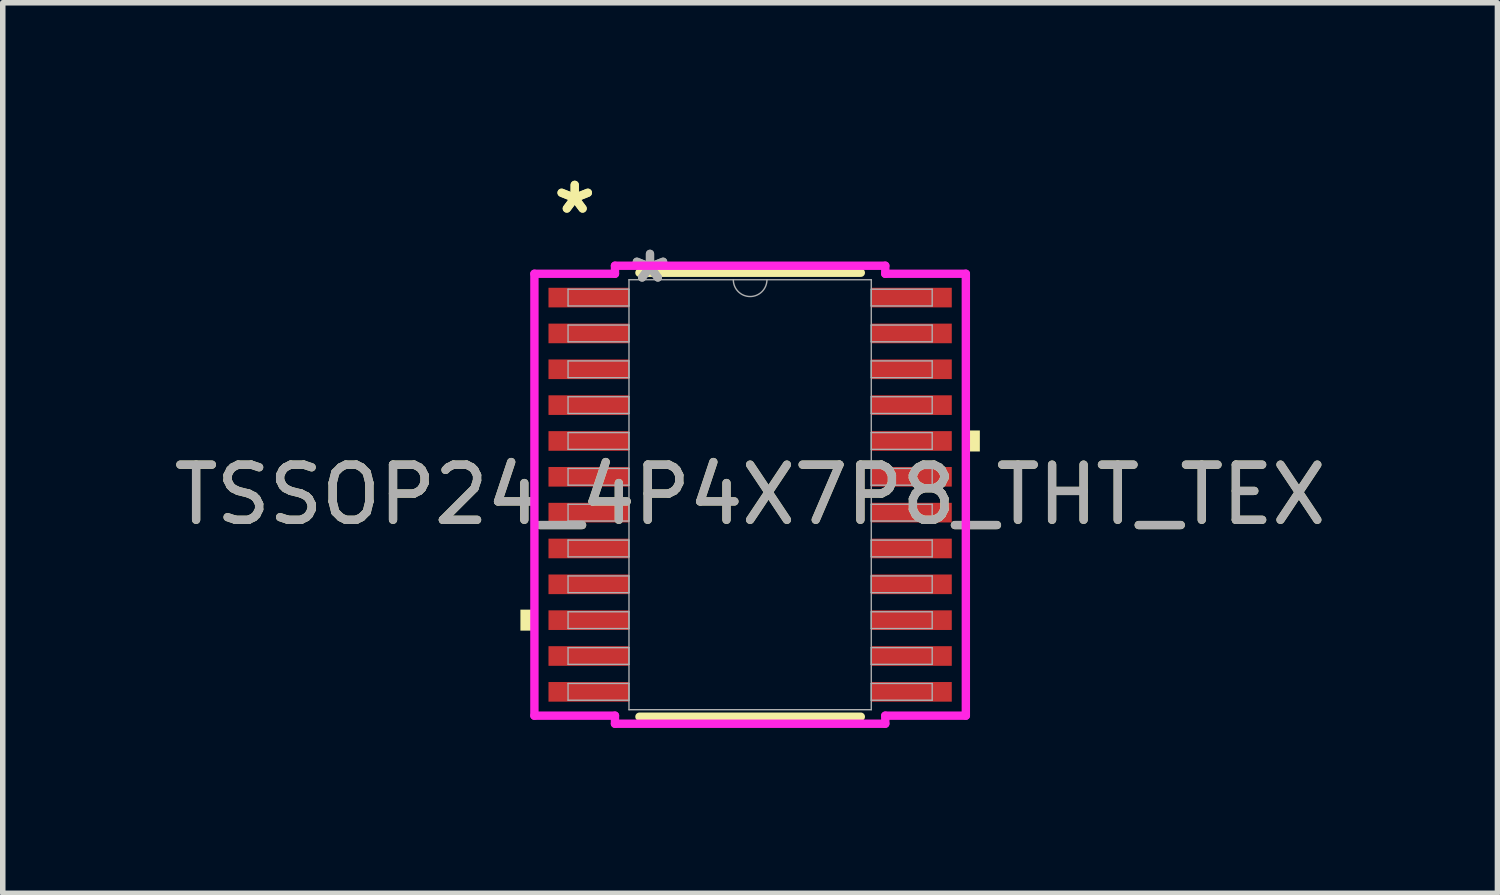
<source format=kicad_pcb>
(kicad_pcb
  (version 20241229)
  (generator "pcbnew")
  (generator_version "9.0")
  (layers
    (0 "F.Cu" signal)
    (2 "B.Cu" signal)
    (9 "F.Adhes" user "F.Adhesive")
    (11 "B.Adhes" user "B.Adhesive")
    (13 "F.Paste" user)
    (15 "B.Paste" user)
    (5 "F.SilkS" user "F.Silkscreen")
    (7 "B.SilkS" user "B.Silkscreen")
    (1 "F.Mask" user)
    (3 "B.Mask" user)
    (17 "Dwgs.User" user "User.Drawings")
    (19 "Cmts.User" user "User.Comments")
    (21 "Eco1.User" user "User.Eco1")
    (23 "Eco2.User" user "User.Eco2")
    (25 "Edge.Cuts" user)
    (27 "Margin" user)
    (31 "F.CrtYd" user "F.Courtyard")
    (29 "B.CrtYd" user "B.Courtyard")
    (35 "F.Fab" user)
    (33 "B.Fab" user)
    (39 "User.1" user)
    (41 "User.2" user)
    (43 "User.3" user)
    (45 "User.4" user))
  (footprint "TSSOP24_4P4X7P8_THT_TEX"
    (layer "F.Cu")
    (at 10.554 5.922)
    (property "Reference" "TSSOP24_4P4X7P8_THT_TEX" (at 0 0 0) (unlocked yes) (layer "F.SilkS") (effects (font (size 1 1) (thickness 0.15))))
    (attr smd)
    (fp_line (start -2.007 4.026) (end 2.007 4.026) (stroke (width 0.152) (type solid)) (layer "F.SilkS"))
    (fp_line (start 2.007 -4.026) (end -2.007 -4.026) (stroke (width 0.152) (type solid)) (layer "F.SilkS"))
    (fp_poly (pts (xy -4.166 2.084) (xy -4.166 2.465) (xy -3.912 2.465) (xy -3.912 2.084)) (stroke (width 0) (type solid)) (fill yes) (layer "F.SilkS"))
    (fp_poly (pts (xy 4.166 -1.165) (xy 4.166 -0.784) (xy 3.912 -0.784) (xy 3.912 -1.165)) (stroke (width 0) (type solid)) (fill yes) (layer "F.SilkS"))
    (fp_line (start -3.912 -4.007) (end -2.451 -4.007) (stroke (width 0.152) (type solid)) (layer "F.CrtYd"))
    (fp_line (start -3.912 4.007) (end -3.912 -4.007) (stroke (width 0.152) (type solid)) (layer "F.CrtYd"))
    (fp_line (start -3.912 4.007) (end -2.451 4.007) (stroke (width 0.152) (type solid)) (layer "F.CrtYd"))
    (fp_line (start -2.451 -4.153) (end 2.451 -4.153) (stroke (width 0.152) (type solid)) (layer "F.CrtYd"))
    (fp_line (start -2.451 -4.007) (end -2.451 -4.153) (stroke (width 0.152) (type solid)) (layer "F.CrtYd"))
    (fp_line (start -2.451 4.153) (end -2.451 4.007) (stroke (width 0.152) (type solid)) (layer "F.CrtYd"))
    (fp_line (start 2.451 -4.153) (end 2.451 -4.007) (stroke (width 0.152) (type solid)) (layer "F.CrtYd"))
    (fp_line (start 2.451 4.007) (end 2.451 4.153) (stroke (width 0.152) (type solid)) (layer "F.CrtYd"))
    (fp_line (start 2.451 4.153) (end -2.451 4.153) (stroke (width 0.152) (type solid)) (layer "F.CrtYd"))
    (fp_line (start 3.912 -4.007) (end 2.451 -4.007) (stroke (width 0.152) (type solid)) (layer "F.CrtYd"))
    (fp_line (start 3.912 -4.007) (end 3.912 4.007) (stroke (width 0.152) (type solid)) (layer "F.CrtYd"))
    (fp_line (start 3.912 4.007) (end 2.451 4.007) (stroke (width 0.152) (type solid)) (layer "F.CrtYd"))
    (fp_line (start -3.302 -3.727) (end -3.302 -3.423) (stroke (width 0.025) (type solid)) (layer "F.Fab"))
    (fp_line (start -3.302 -3.423) (end -2.197 -3.423) (stroke (width 0.025) (type solid)) (layer "F.Fab"))
    (fp_line (start -3.302 -3.077) (end -3.302 -2.773) (stroke (width 0.025) (type solid)) (layer "F.Fab"))
    (fp_line (start -3.302 -2.773) (end -2.197 -2.773) (stroke (width 0.025) (type solid)) (layer "F.Fab"))
    (fp_line (start -3.302 -2.427) (end -3.302 -2.123) (stroke (width 0.025) (type solid)) (layer "F.Fab"))
    (fp_line (start -3.302 -2.123) (end -2.197 -2.123) (stroke (width 0.025) (type solid)) (layer "F.Fab"))
    (fp_line (start -3.302 -1.777) (end -3.302 -1.473) (stroke (width 0.025) (type solid)) (layer "F.Fab"))
    (fp_line (start -3.302 -1.473) (end -2.197 -1.473) (stroke (width 0.025) (type solid)) (layer "F.Fab"))
    (fp_line (start -3.302 -1.127) (end -3.302 -0.823) (stroke (width 0.025) (type solid)) (layer "F.Fab"))
    (fp_line (start -3.302 -0.823) (end -2.197 -0.823) (stroke (width 0.025) (type solid)) (layer "F.Fab"))
    (fp_line (start -3.302 -0.477) (end -3.302 -0.173) (stroke (width 0.025) (type solid)) (layer "F.Fab"))
    (fp_line (start -3.302 -0.173) (end -2.197 -0.173) (stroke (width 0.025) (type solid)) (layer "F.Fab"))
    (fp_line (start -3.302 0.173) (end -3.302 0.477) (stroke (width 0.025) (type solid)) (layer "F.Fab"))
    (fp_line (start -3.302 0.477) (end -2.197 0.477) (stroke (width 0.025) (type solid)) (layer "F.Fab"))
    (fp_line (start -3.302 0.823) (end -3.302 1.127) (stroke (width 0.025) (type solid)) (layer "F.Fab"))
    (fp_line (start -3.302 1.127) (end -2.197 1.127) (stroke (width 0.025) (type solid)) (layer "F.Fab"))
    (fp_line (start -3.302 1.473) (end -3.302 1.777) (stroke (width 0.025) (type solid)) (layer "F.Fab"))
    (fp_line (start -3.302 1.777) (end -2.197 1.777) (stroke (width 0.025) (type solid)) (layer "F.Fab"))
    (fp_line (start -3.302 2.123) (end -3.302 2.427) (stroke (width 0.025) (type solid)) (layer "F.Fab"))
    (fp_line (start -3.302 2.427) (end -2.197 2.427) (stroke (width 0.025) (type solid)) (layer "F.Fab"))
    (fp_line (start -3.302 2.773) (end -3.302 3.077) (stroke (width 0.025) (type solid)) (layer "F.Fab"))
    (fp_line (start -3.302 3.077) (end -2.197 3.077) (stroke (width 0.025) (type solid)) (layer "F.Fab"))
    (fp_line (start -3.302 3.423) (end -3.302 3.727) (stroke (width 0.025) (type solid)) (layer "F.Fab"))
    (fp_line (start -3.302 3.727) (end -2.197 3.727) (stroke (width 0.025) (type solid)) (layer "F.Fab"))
    (fp_line (start -2.197 -3.899) (end -2.197 3.899) (stroke (width 0.025) (type solid)) (layer "F.Fab"))
    (fp_line (start -2.197 -3.727) (end -3.302 -3.727) (stroke (width 0.025) (type solid)) (layer "F.Fab"))
    (fp_line (start -2.197 -3.423) (end -2.197 -3.727) (stroke (width 0.025) (type solid)) (layer "F.Fab"))
    (fp_line (start -2.197 -3.077) (end -3.302 -3.077) (stroke (width 0.025) (type solid)) (layer "F.Fab"))
    (fp_line (start -2.197 -2.773) (end -2.197 -3.077) (stroke (width 0.025) (type solid)) (layer "F.Fab"))
    (fp_line (start -2.197 -2.427) (end -3.302 -2.427) (stroke (width 0.025) (type solid)) (layer "F.Fab"))
    (fp_line (start -2.197 -2.123) (end -2.197 -2.427) (stroke (width 0.025) (type solid)) (layer "F.Fab"))
    (fp_line (start -2.197 -1.777) (end -3.302 -1.777) (stroke (width 0.025) (type solid)) (layer "F.Fab"))
    (fp_line (start -2.197 -1.473) (end -2.197 -1.777) (stroke (width 0.025) (type solid)) (layer "F.Fab"))
    (fp_line (start -2.197 -1.127) (end -3.302 -1.127) (stroke (width 0.025) (type solid)) (layer "F.Fab"))
    (fp_line (start -2.197 -0.823) (end -2.197 -1.127) (stroke (width 0.025) (type solid)) (layer "F.Fab"))
    (fp_line (start -2.197 -0.477) (end -3.302 -0.477) (stroke (width 0.025) (type solid)) (layer "F.Fab"))
    (fp_line (start -2.197 -0.173) (end -2.197 -0.477) (stroke (width 0.025) (type solid)) (layer "F.Fab"))
    (fp_line (start -2.197 0.173) (end -3.302 0.173) (stroke (width 0.025) (type solid)) (layer "F.Fab"))
    (fp_line (start -2.197 0.477) (end -2.197 0.173) (stroke (width 0.025) (type solid)) (layer "F.Fab"))
    (fp_line (start -2.197 0.823) (end -3.302 0.823) (stroke (width 0.025) (type solid)) (layer "F.Fab"))
    (fp_line (start -2.197 1.127) (end -2.197 0.823) (stroke (width 0.025) (type solid)) (layer "F.Fab"))
    (fp_line (start -2.197 1.473) (end -3.302 1.473) (stroke (width 0.025) (type solid)) (layer "F.Fab"))
    (fp_line (start -2.197 1.777) (end -2.197 1.473) (stroke (width 0.025) (type solid)) (layer "F.Fab"))
    (fp_line (start -2.197 2.123) (end -3.302 2.123) (stroke (width 0.025) (type solid)) (layer "F.Fab"))
    (fp_line (start -2.197 2.427) (end -2.197 2.123) (stroke (width 0.025) (type solid)) (layer "F.Fab"))
    (fp_line (start -2.197 2.773) (end -3.302 2.773) (stroke (width 0.025) (type solid)) (layer "F.Fab"))
    (fp_line (start -2.197 3.077) (end -2.197 2.773) (stroke (width 0.025) (type solid)) (layer "F.Fab"))
    (fp_line (start -2.197 3.423) (end -3.302 3.423) (stroke (width 0.025) (type solid)) (layer "F.Fab"))
    (fp_line (start -2.197 3.727) (end -2.197 3.423) (stroke (width 0.025) (type solid)) (layer "F.Fab"))
    (fp_line (start -2.197 3.899) (end 2.197 3.899) (stroke (width 0.025) (type solid)) (layer "F.Fab"))
    (fp_line (start 2.197 -3.899) (end -2.197 -3.899) (stroke (width 0.025) (type solid)) (layer "F.Fab"))
    (fp_line (start 2.197 -3.727) (end 2.197 -3.423) (stroke (width 0.025) (type solid)) (layer "F.Fab"))
    (fp_line (start 2.197 -3.423) (end 3.302 -3.423) (stroke (width 0.025) (type solid)) (layer "F.Fab"))
    (fp_line (start 2.197 -3.077) (end 2.197 -2.773) (stroke (width 0.025) (type solid)) (layer "F.Fab"))
    (fp_line (start 2.197 -2.773) (end 3.302 -2.773) (stroke (width 0.025) (type solid)) (layer "F.Fab"))
    (fp_line (start 2.197 -2.427) (end 2.197 -2.123) (stroke (width 0.025) (type solid)) (layer "F.Fab"))
    (fp_line (start 2.197 -2.123) (end 3.302 -2.123) (stroke (width 0.025) (type solid)) (layer "F.Fab"))
    (fp_line (start 2.197 -1.777) (end 2.197 -1.473) (stroke (width 0.025) (type solid)) (layer "F.Fab"))
    (fp_line (start 2.197 -1.473) (end 3.302 -1.473) (stroke (width 0.025) (type solid)) (layer "F.Fab"))
    (fp_line (start 2.197 -1.127) (end 2.197 -0.823) (stroke (width 0.025) (type solid)) (layer "F.Fab"))
    (fp_line (start 2.197 -0.823) (end 3.302 -0.823) (stroke (width 0.025) (type solid)) (layer "F.Fab"))
    (fp_line (start 2.197 -0.477) (end 2.197 -0.173) (stroke (width 0.025) (type solid)) (layer "F.Fab"))
    (fp_line (start 2.197 -0.173) (end 3.302 -0.173) (stroke (width 0.025) (type solid)) (layer "F.Fab"))
    (fp_line (start 2.197 0.173) (end 2.197 0.477) (stroke (width 0.025) (type solid)) (layer "F.Fab"))
    (fp_line (start 2.197 0.477) (end 3.302 0.477) (stroke (width 0.025) (type solid)) (layer "F.Fab"))
    (fp_line (start 2.197 0.823) (end 2.197 1.127) (stroke (width 0.025) (type solid)) (layer "F.Fab"))
    (fp_line (start 2.197 1.127) (end 3.302 1.127) (stroke (width 0.025) (type solid)) (layer "F.Fab"))
    (fp_line (start 2.197 1.473) (end 2.197 1.777) (stroke (width 0.025) (type solid)) (layer "F.Fab"))
    (fp_line (start 2.197 1.777) (end 3.302 1.777) (stroke (width 0.025) (type solid)) (layer "F.Fab"))
    (fp_line (start 2.197 2.123) (end 2.197 2.427) (stroke (width 0.025) (type solid)) (layer "F.Fab"))
    (fp_line (start 2.197 2.427) (end 3.302 2.427) (stroke (width 0.025) (type solid)) (layer "F.Fab"))
    (fp_line (start 2.197 2.773) (end 2.197 3.077) (stroke (width 0.025) (type solid)) (layer "F.Fab"))
    (fp_line (start 2.197 3.077) (end 3.302 3.077) (stroke (width 0.025) (type solid)) (layer "F.Fab"))
    (fp_line (start 2.197 3.423) (end 2.197 3.727) (stroke (width 0.025) (type solid)) (layer "F.Fab"))
    (fp_line (start 2.197 3.727) (end 3.302 3.727) (stroke (width 0.025) (type solid)) (layer "F.Fab"))
    (fp_line (start 2.197 3.899) (end 2.197 -3.899) (stroke (width 0.025) (type solid)) (layer "F.Fab"))
    (fp_line (start 3.302 -3.727) (end 2.197 -3.727) (stroke (width 0.025) (type solid)) (layer "F.Fab"))
    (fp_line (start 3.302 -3.423) (end 3.302 -3.727) (stroke (width 0.025) (type solid)) (layer "F.Fab"))
    (fp_line (start 3.302 -3.077) (end 2.197 -3.077) (stroke (width 0.025) (type solid)) (layer "F.Fab"))
    (fp_line (start 3.302 -2.773) (end 3.302 -3.077) (stroke (width 0.025) (type solid)) (layer "F.Fab"))
    (fp_line (start 3.302 -2.427) (end 2.197 -2.427) (stroke (width 0.025) (type solid)) (layer "F.Fab"))
    (fp_line (start 3.302 -2.123) (end 3.302 -2.427) (stroke (width 0.025) (type solid)) (layer "F.Fab"))
    (fp_line (start 3.302 -1.777) (end 2.197 -1.777) (stroke (width 0.025) (type solid)) (layer "F.Fab"))
    (fp_line (start 3.302 -1.473) (end 3.302 -1.777) (stroke (width 0.025) (type solid)) (layer "F.Fab"))
    (fp_line (start 3.302 -1.127) (end 2.197 -1.127) (stroke (width 0.025) (type solid)) (layer "F.Fab"))
    (fp_line (start 3.302 -0.823) (end 3.302 -1.127) (stroke (width 0.025) (type solid)) (layer "F.Fab"))
    (fp_line (start 3.302 -0.477) (end 2.197 -0.477) (stroke (width 0.025) (type solid)) (layer "F.Fab"))
    (fp_line (start 3.302 -0.173) (end 3.302 -0.477) (stroke (width 0.025) (type solid)) (layer "F.Fab"))
    (fp_line (start 3.302 0.173) (end 2.197 0.173) (stroke (width 0.025) (type solid)) (layer "F.Fab"))
    (fp_line (start 3.302 0.477) (end 3.302 0.173) (stroke (width 0.025) (type solid)) (layer "F.Fab"))
    (fp_line (start 3.302 0.823) (end 2.197 0.823) (stroke (width 0.025) (type solid)) (layer "F.Fab"))
    (fp_line (start 3.302 1.127) (end 3.302 0.823) (stroke (width 0.025) (type solid)) (layer "F.Fab"))
    (fp_line (start 3.302 1.473) (end 2.197 1.473) (stroke (width 0.025) (type solid)) (layer "F.Fab"))
    (fp_line (start 3.302 1.777) (end 3.302 1.473) (stroke (width 0.025) (type solid)) (layer "F.Fab"))
    (fp_line (start 3.302 2.123) (end 2.197 2.123) (stroke (width 0.025) (type solid)) (layer "F.Fab"))
    (fp_line (start 3.302 2.427) (end 3.302 2.123) (stroke (width 0.025) (type solid)) (layer "F.Fab"))
    (fp_line (start 3.302 2.773) (end 2.197 2.773) (stroke (width 0.025) (type solid)) (layer "F.Fab"))
    (fp_line (start 3.302 3.077) (end 3.302 2.773) (stroke (width 0.025) (type solid)) (layer "F.Fab"))
    (fp_line (start 3.302 3.423) (end 2.197 3.423) (stroke (width 0.025) (type solid)) (layer "F.Fab"))
    (fp_line (start 3.302 3.727) (end 3.302 3.423) (stroke (width 0.025) (type solid)) (layer "F.Fab"))
    (fp_arc (start 0.3048 -3.8989) (mid 0 -3.5941) (end -0.3048 -3.8989) (stroke (width 0.0254) (type solid)) (layer "F.Fab"))
    (fp_text user "*" (at -3.181 -5.074 0) (layer "F.SilkS") (effects (font (size 1 1) (thickness 0.15))))
    (fp_text user "*" (at -3.181 -5.074 0) (unlocked yes) (layer "F.SilkS") (effects (font (size 1 1) (thickness 0.15))))
    (fp_text user "*" (at -1.816 -3.823 0) (layer "F.Fab") (effects (font (size 1 1) (thickness 0.15))))
    (fp_text user "${REFERENCE}" (at 0 0 0) (unlocked yes) (layer "F.Fab") (effects (font (size 1 1) (thickness 0.15))))
    (fp_text user "*" (at -1.816 -3.823 0) (unlocked yes) (layer "F.Fab") (effects (font (size 1 1) (thickness 0.15))))
    (pad "1" smd rect (at -2.927 -3.575) (size 1.46 0.356) (layers "F.Cu" "F.Mask" "F.Paste"))
    (pad "2" smd rect (at -2.927 -2.925) (size 1.46 0.356) (layers "F.Cu" "F.Mask" "F.Paste"))
    (pad "3" smd rect (at -2.927 -2.275) (size 1.46 0.356) (layers "F.Cu" "F.Mask" "F.Paste"))
    (pad "4" smd rect (at -2.927 -1.625) (size 1.46 0.356) (layers "F.Cu" "F.Mask" "F.Paste"))
    (pad "5" smd rect (at -2.927 -0.975) (size 1.46 0.356) (layers "F.Cu" "F.Mask" "F.Paste"))
    (pad "6" smd rect (at -2.927 -0.325) (size 1.46 0.356) (layers "F.Cu" "F.Mask" "F.Paste"))
    (pad "7" smd rect (at -2.927 0.325) (size 1.46 0.356) (layers "F.Cu" "F.Mask" "F.Paste"))
    (pad "8" smd rect (at -2.927 0.975) (size 1.46 0.356) (layers "F.Cu" "F.Mask" "F.Paste"))
    (pad "9" smd rect (at -2.927 1.625) (size 1.46 0.356) (layers "F.Cu" "F.Mask" "F.Paste"))
    (pad "10" smd rect (at -2.927 2.275) (size 1.46 0.356) (layers "F.Cu" "F.Mask" "F.Paste"))
    (pad "11" smd rect (at -2.927 2.925) (size 1.46 0.356) (layers "F.Cu" "F.Mask" "F.Paste"))
    (pad "12" smd rect (at -2.927 3.575) (size 1.46 0.356) (layers "F.Cu" "F.Mask" "F.Paste"))
    (pad "13" smd rect (at 2.927 3.575) (size 1.46 0.356) (layers "F.Cu" "F.Mask" "F.Paste"))
    (pad "14" smd rect (at 2.927 2.925) (size 1.46 0.356) (layers "F.Cu" "F.Mask" "F.Paste"))
    (pad "15" smd rect (at 2.927 2.275) (size 1.46 0.356) (layers "F.Cu" "F.Mask" "F.Paste"))
    (pad "16" smd rect (at 2.927 1.625) (size 1.46 0.356) (layers "F.Cu" "F.Mask" "F.Paste"))
    (pad "17" smd rect (at 2.927 0.975) (size 1.46 0.356) (layers "F.Cu" "F.Mask" "F.Paste"))
    (pad "18" smd rect (at 2.927 0.325) (size 1.46 0.356) (layers "F.Cu" "F.Mask" "F.Paste"))
    (pad "19" smd rect (at 2.927 -0.325) (size 1.46 0.356) (layers "F.Cu" "F.Mask" "F.Paste"))
    (pad "20" smd rect (at 2.927 -0.975) (size 1.46 0.356) (layers "F.Cu" "F.Mask" "F.Paste"))
    (pad "21" smd rect (at 2.927 -1.625) (size 1.46 0.356) (layers "F.Cu" "F.Mask" "F.Paste"))
    (pad "22" smd rect (at 2.927 -2.275) (size 1.46 0.356) (layers "F.Cu" "F.Mask" "F.Paste"))
    (pad "23" smd rect (at 2.927 -2.925) (size 1.46 0.356) (layers "F.Cu" "F.Mask" "F.Paste"))
    (pad "24" smd rect (at 2.927 -3.575) (size 1.46 0.356) (layers "F.Cu" "F.Mask" "F.Paste")))
  (gr_rect
    (start -3 -3)
    (end 24.107 13.151)
    (stroke (width 0.1) (type default))
    (fill no)
    (layer "Edge.Cuts")))
</source>
